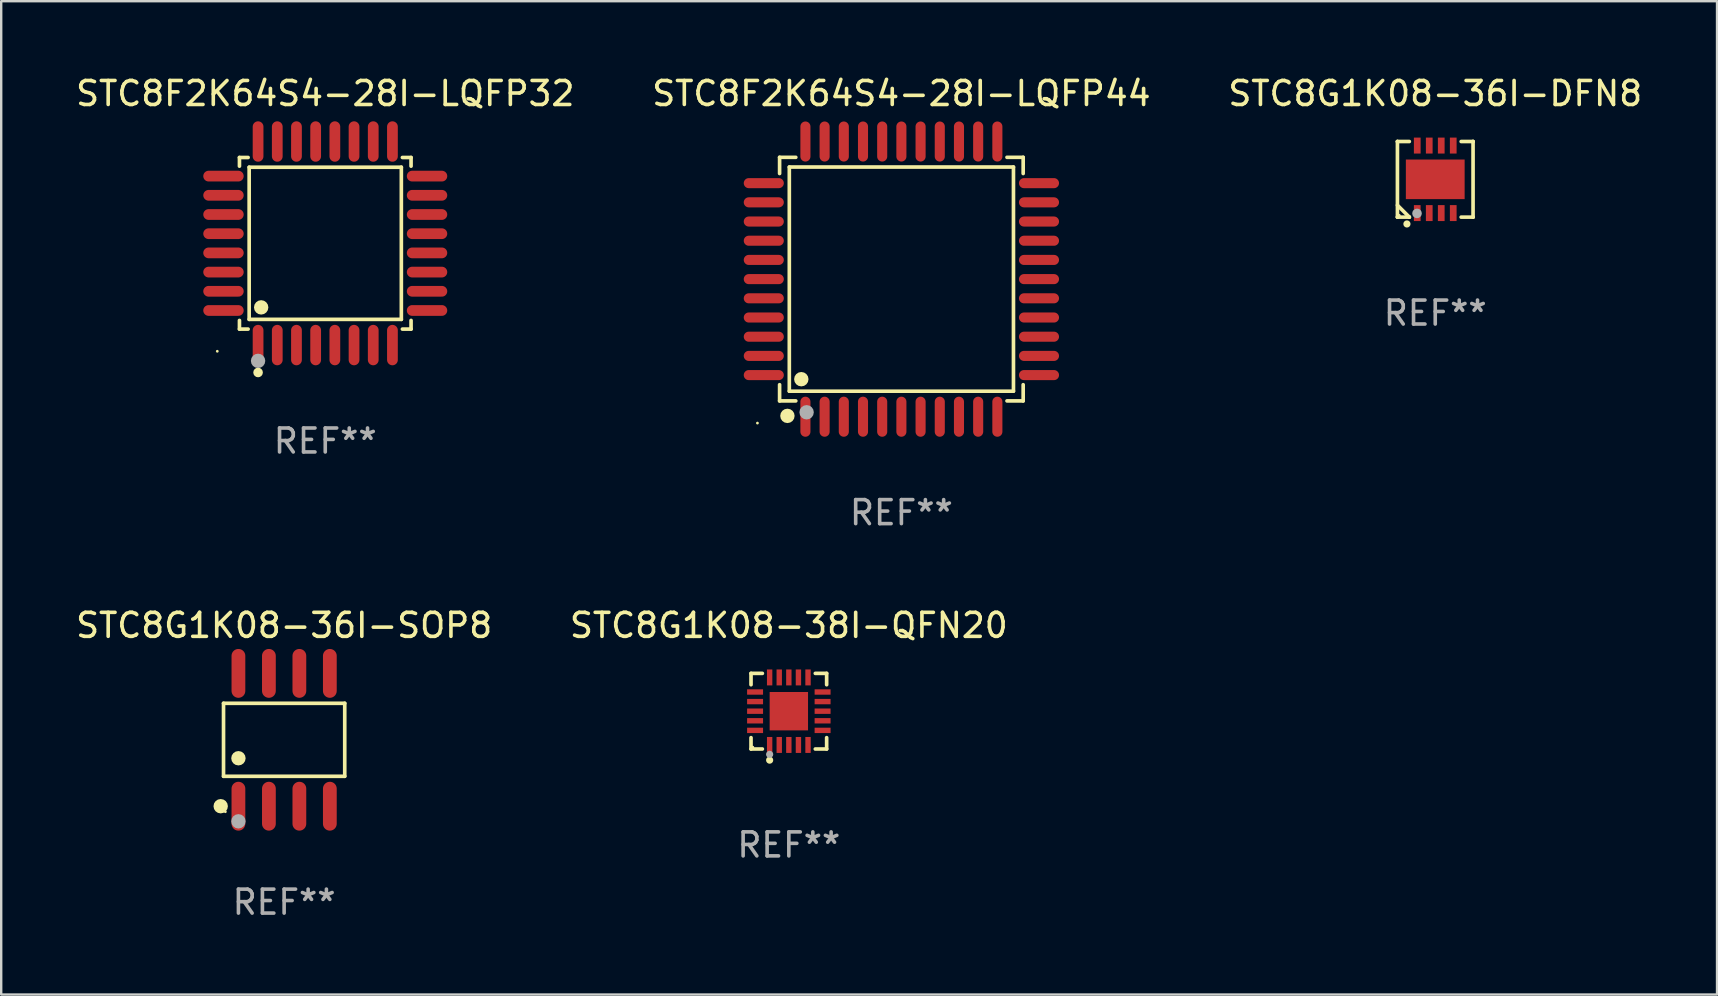
<source format=kicad_pcb>
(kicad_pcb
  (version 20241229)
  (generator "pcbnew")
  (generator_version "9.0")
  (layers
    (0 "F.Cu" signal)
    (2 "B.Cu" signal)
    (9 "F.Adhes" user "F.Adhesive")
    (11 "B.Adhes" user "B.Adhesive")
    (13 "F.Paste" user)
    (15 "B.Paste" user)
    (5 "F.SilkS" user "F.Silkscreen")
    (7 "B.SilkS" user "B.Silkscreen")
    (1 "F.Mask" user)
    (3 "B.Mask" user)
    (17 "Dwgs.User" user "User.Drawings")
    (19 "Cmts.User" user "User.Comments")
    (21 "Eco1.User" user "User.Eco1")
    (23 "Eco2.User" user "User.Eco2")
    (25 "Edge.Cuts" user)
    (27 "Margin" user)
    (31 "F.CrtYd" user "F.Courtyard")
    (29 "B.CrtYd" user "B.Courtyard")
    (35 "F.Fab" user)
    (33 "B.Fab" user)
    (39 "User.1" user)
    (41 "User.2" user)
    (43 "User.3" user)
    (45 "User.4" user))
  (footprint "STC8G1K08-38I-QFN20"
    (layer "F.Cu")
    (at 29.827 26.591)
    (property "Reference" "STC8G1K08-38I-QFN20" (at 0 -3.576 0) (layer "F.SilkS") (effects (font (size 1 1) (thickness 0.15))))
    (attr through_hole)
    (fp_line (start -1.576 -1.576) (end -1.103 -1.576) (stroke (width 0.152) (type solid)) (layer "F.SilkS"))
    (fp_line (start -1.576 -1.103) (end -1.576 -1.576) (stroke (width 0.152) (type solid)) (layer "F.SilkS"))
    (fp_line (start -1.576 1.103) (end -1.576 1.576) (stroke (width 0.152) (type solid)) (layer "F.SilkS"))
    (fp_line (start -1.576 1.576) (end -1.103 1.576) (stroke (width 0.152) (type solid)) (layer "F.SilkS"))
    (fp_line (start 1.576 -1.576) (end 1.103 -1.576) (stroke (width 0.152) (type solid)) (layer "F.SilkS"))
    (fp_line (start 1.576 -1.103) (end 1.576 -1.576) (stroke (width 0.152) (type solid)) (layer "F.SilkS"))
    (fp_line (start 1.576 1.103) (end 1.576 1.576) (stroke (width 0.152) (type solid)) (layer "F.SilkS"))
    (fp_line (start 1.576 1.576) (end 1.103 1.576) (stroke (width 0.152) (type solid)) (layer "F.SilkS"))
    (fp_circle (center -1.5 1.5) (end -1.47 1.5) (stroke (width 0.06) (type solid)) (fill no) (layer "F.SilkS"))
    (fp_circle (center -0.8 2.04) (end -0.725 2.04) (stroke (width 0.15) (type solid)) (fill no) (layer "F.SilkS"))
    (fp_circle (center -0.8 1.8) (end -0.725 1.8) (stroke (width 0.15) (type solid)) (fill no) (layer "F.Fab"))
    (fp_text user "REF**" (at 0 5.576 0) (layer "F.Fab") (effects (font (size 1 1) (thickness 0.15))))
    (pad "1" smd rect (at -0.8 1.407) (size 0.224 0.665) (layers "F.Cu" "F.Mask" "F.Paste"))
    (pad "2" smd rect (at -0.4 1.407) (size 0.224 0.665) (layers "F.Cu" "F.Mask" "F.Paste"))
    (pad "3" smd rect (at 0 1.407) (size 0.224 0.665) (layers "F.Cu" "F.Mask" "F.Paste"))
    (pad "4" smd rect (at 0.4 1.407) (size 0.224 0.665) (layers "F.Cu" "F.Mask" "F.Paste"))
    (pad "5" smd rect (at 0.8 1.407) (size 0.224 0.665) (layers "F.Cu" "F.Mask" "F.Paste"))
    (pad "6" smd rect (at 1.407 0.8) (size 0.665 0.224) (layers "F.Cu" "F.Mask" "F.Paste"))
    (pad "7" smd rect (at 1.407 0.4) (size 0.665 0.224) (layers "F.Cu" "F.Mask" "F.Paste"))
    (pad "8" smd rect (at 1.407 0) (size 0.665 0.224) (layers "F.Cu" "F.Mask" "F.Paste"))
    (pad "9" smd rect (at 1.407 -0.4) (size 0.665 0.224) (layers "F.Cu" "F.Mask" "F.Paste"))
    (pad "10" smd rect (at 1.407 -0.8) (size 0.665 0.224) (layers "F.Cu" "F.Mask" "F.Paste"))
    (pad "11" smd rect (at 0.8 -1.407) (size 0.224 0.665) (layers "F.Cu" "F.Mask" "F.Paste"))
    (pad "12" smd rect (at 0.4 -1.407) (size 0.224 0.665) (layers "F.Cu" "F.Mask" "F.Paste"))
    (pad "13" smd rect (at 0 -1.407) (size 0.224 0.665) (layers "F.Cu" "F.Mask" "F.Paste"))
    (pad "14" smd rect (at -0.4 -1.407) (size 0.224 0.665) (layers "F.Cu" "F.Mask" "F.Paste"))
    (pad "15" smd rect (at -0.8 -1.407) (size 0.224 0.665) (layers "F.Cu" "F.Mask" "F.Paste"))
    (pad "16" smd rect (at -1.407 -0.8) (size 0.665 0.224) (layers "F.Cu" "F.Mask" "F.Paste"))
    (pad "17" smd rect (at -1.407 -0.4) (size 0.665 0.224) (layers "F.Cu" "F.Mask" "F.Paste"))
    (pad "18" smd rect (at -1.407 0) (size 0.665 0.224) (layers "F.Cu" "F.Mask" "F.Paste"))
    (pad "19" smd rect (at -1.407 0.4) (size 0.665 0.224) (layers "F.Cu" "F.Mask" "F.Paste"))
    (pad "20" smd rect (at -1.407 0.8) (size 0.665 0.224) (layers "F.Cu" "F.Mask" "F.Paste"))
    (pad "21" smd rect (at 0 0) (size 1.6 1.6) (layers "F.Cu" "F.Mask" "F.Paste")))
  (footprint "STC8F2K64S4-28I-LQFP44"
    (layer "F.Cu")
    (at 34.518 8.583)
    (property "Reference" "STC8F2K64S4-28I-LQFP44" (at 0 -7.735 0) (layer "F.SilkS") (effects (font (size 1 1) (thickness 0.15))))
    (attr through_hole)
    (fp_line (start -5.076 -5.076) (end -4.401 -5.076) (stroke (width 0.152) (type solid)) (layer "F.SilkS"))
    (fp_line (start -5.076 -4.401) (end -5.076 -5.076) (stroke (width 0.152) (type solid)) (layer "F.SilkS"))
    (fp_line (start -5.076 4.401) (end -5.076 5.076) (stroke (width 0.152) (type solid)) (layer "F.SilkS"))
    (fp_line (start -5.076 5.076) (end -4.401 5.076) (stroke (width 0.152) (type solid)) (layer "F.SilkS"))
    (fp_line (start -4.671 -4.671) (end 4.671 -4.671) (stroke (width 0.152) (type solid)) (layer "F.SilkS"))
    (fp_line (start -4.671 4.671) (end -4.671 -4.671) (stroke (width 0.152) (type solid)) (layer "F.SilkS"))
    (fp_line (start 4.671 -4.671) (end 4.671 4.671) (stroke (width 0.152) (type solid)) (layer "F.SilkS"))
    (fp_line (start 4.671 4.671) (end -4.671 4.671) (stroke (width 0.152) (type solid)) (layer "F.SilkS"))
    (fp_line (start 5.076 -5.076) (end 4.401 -5.076) (stroke (width 0.152) (type solid)) (layer "F.SilkS"))
    (fp_line (start 5.076 -4.401) (end 5.076 -5.076) (stroke (width 0.152) (type solid)) (layer "F.SilkS"))
    (fp_line (start 5.076 4.401) (end 5.076 5.076) (stroke (width 0.152) (type solid)) (layer "F.SilkS"))
    (fp_line (start 5.076 5.076) (end 4.401 5.076) (stroke (width 0.152) (type solid)) (layer "F.SilkS"))
    (fp_circle (center -6 6) (end -5.97 6) (stroke (width 0.06) (type solid)) (fill no) (layer "F.SilkS"))
    (fp_circle (center -4.75 5.7) (end -4.6 5.7) (stroke (width 0.3) (type solid)) (fill no) (layer "F.SilkS"))
    (fp_circle (center -4.171 4.171) (end -4.021 4.171) (stroke (width 0.3) (type solid)) (fill no) (layer "F.SilkS"))
    (fp_circle (center -3.95 5.55) (end -3.8 5.55) (stroke (width 0.3) (type solid)) (fill no) (layer "F.Fab"))
    (fp_text user "REF**" (at 0 9.735 0) (layer "F.Fab") (effects (font (size 1 1) (thickness 0.15))))
    (pad "1" smd oval (at -4 5.735) (size 0.42 1.67) (layers "F.Cu" "F.Mask" "F.Paste"))
    (pad "2" smd oval (at -3.2 5.735) (size 0.42 1.67) (layers "F.Cu" "F.Mask" "F.Paste"))
    (pad "3" smd oval (at -2.4 5.735) (size 0.42 1.67) (layers "F.Cu" "F.Mask" "F.Paste"))
    (pad "4" smd oval (at -1.6 5.735) (size 0.42 1.67) (layers "F.Cu" "F.Mask" "F.Paste"))
    (pad "5" smd oval (at -0.8 5.735) (size 0.42 1.67) (layers "F.Cu" "F.Mask" "F.Paste"))
    (pad "6" smd oval (at 0 5.735) (size 0.42 1.67) (layers "F.Cu" "F.Mask" "F.Paste"))
    (pad "7" smd oval (at 0.8 5.735) (size 0.42 1.67) (layers "F.Cu" "F.Mask" "F.Paste"))
    (pad "8" smd oval (at 1.6 5.735) (size 0.42 1.67) (layers "F.Cu" "F.Mask" "F.Paste"))
    (pad "9" smd oval (at 2.4 5.735) (size 0.42 1.67) (layers "F.Cu" "F.Mask" "F.Paste"))
    (pad "10" smd oval (at 3.2 5.735) (size 0.42 1.67) (layers "F.Cu" "F.Mask" "F.Paste"))
    (pad "11" smd oval (at 4 5.735) (size 0.42 1.67) (layers "F.Cu" "F.Mask" "F.Paste"))
    (pad "12" smd oval (at 5.735 4) (size 1.67 0.42) (layers "F.Cu" "F.Mask" "F.Paste"))
    (pad "13" smd oval (at 5.735 3.2) (size 1.67 0.42) (layers "F.Cu" "F.Mask" "F.Paste"))
    (pad "14" smd oval (at 5.735 2.4) (size 1.67 0.42) (layers "F.Cu" "F.Mask" "F.Paste"))
    (pad "15" smd oval (at 5.735 1.6) (size 1.67 0.42) (layers "F.Cu" "F.Mask" "F.Paste"))
    (pad "16" smd oval (at 5.735 0.8) (size 1.67 0.42) (layers "F.Cu" "F.Mask" "F.Paste"))
    (pad "17" smd oval (at 5.735 0) (size 1.67 0.42) (layers "F.Cu" "F.Mask" "F.Paste"))
    (pad "18" smd oval (at 5.735 -0.8) (size 1.67 0.42) (layers "F.Cu" "F.Mask" "F.Paste"))
    (pad "19" smd oval (at 5.735 -1.6) (size 1.67 0.42) (layers "F.Cu" "F.Mask" "F.Paste"))
    (pad "20" smd oval (at 5.735 -2.4) (size 1.67 0.42) (layers "F.Cu" "F.Mask" "F.Paste"))
    (pad "21" smd oval (at 5.735 -3.2) (size 1.67 0.42) (layers "F.Cu" "F.Mask" "F.Paste"))
    (pad "22" smd oval (at 5.735 -4) (size 1.67 0.42) (layers "F.Cu" "F.Mask" "F.Paste"))
    (pad "23" smd oval (at 4 -5.735) (size 0.42 1.67) (layers "F.Cu" "F.Mask" "F.Paste"))
    (pad "24" smd oval (at 3.2 -5.735) (size 0.42 1.67) (layers "F.Cu" "F.Mask" "F.Paste"))
    (pad "25" smd oval (at 2.4 -5.735) (size 0.42 1.67) (layers "F.Cu" "F.Mask" "F.Paste"))
    (pad "26" smd oval (at 1.6 -5.735) (size 0.42 1.67) (layers "F.Cu" "F.Mask" "F.Paste"))
    (pad "27" smd oval (at 0.8 -5.735) (size 0.42 1.67) (layers "F.Cu" "F.Mask" "F.Paste"))
    (pad "28" smd oval (at 0 -5.735) (size 0.42 1.67) (layers "F.Cu" "F.Mask" "F.Paste"))
    (pad "29" smd oval (at -0.8 -5.735) (size 0.42 1.67) (layers "F.Cu" "F.Mask" "F.Paste"))
    (pad "30" smd oval (at -1.6 -5.735) (size 0.42 1.67) (layers "F.Cu" "F.Mask" "F.Paste"))
    (pad "31" smd oval (at -2.4 -5.735) (size 0.42 1.67) (layers "F.Cu" "F.Mask" "F.Paste"))
    (pad "32" smd oval (at -3.2 -5.735) (size 0.42 1.67) (layers "F.Cu" "F.Mask" "F.Paste"))
    (pad "33" smd oval (at -4 -5.735) (size 0.42 1.67) (layers "F.Cu" "F.Mask" "F.Paste"))
    (pad "34" smd oval (at -5.735 -4) (size 1.67 0.42) (layers "F.Cu" "F.Mask" "F.Paste"))
    (pad "35" smd oval (at -5.735 -3.2) (size 1.67 0.42) (layers "F.Cu" "F.Mask" "F.Paste"))
    (pad "36" smd oval (at -5.735 -2.4) (size 1.67 0.42) (layers "F.Cu" "F.Mask" "F.Paste"))
    (pad "37" smd oval (at -5.735 -1.6) (size 1.67 0.42) (layers "F.Cu" "F.Mask" "F.Paste"))
    (pad "38" smd oval (at -5.735 -0.8) (size 1.67 0.42) (layers "F.Cu" "F.Mask" "F.Paste"))
    (pad "39" smd oval (at -5.735 0) (size 1.67 0.42) (layers "F.Cu" "F.Mask" "F.Paste"))
    (pad "40" smd oval (at -5.735 0.8) (size 1.67 0.42) (layers "F.Cu" "F.Mask" "F.Paste"))
    (pad "41" smd oval (at -5.735 1.6) (size 1.67 0.42) (layers "F.Cu" "F.Mask" "F.Paste"))
    (pad "42" smd oval (at -5.735 2.4) (size 1.67 0.42) (layers "F.Cu" "F.Mask" "F.Paste"))
    (pad "43" smd oval (at -5.735 3.2) (size 1.67 0.42) (layers "F.Cu" "F.Mask" "F.Paste"))
    (pad "44" smd oval (at -5.735 4) (size 1.67 0.42) (layers "F.Cu" "F.Mask" "F.Paste")))
  (footprint "STC8F2K64S4-28I-LQFP32"
    (layer "F.Cu")
    (at 10.506 7.09)
    (property "Reference" "STC8F2K64S4-28I-LQFP32" (at 0 -6.242 0) (layer "F.SilkS") (effects (font (size 1 1) (thickness 0.15))))
    (attr through_hole)
    (fp_line (start -3.576 -3.576) (end -3.215 -3.576) (stroke (width 0.152) (type solid)) (layer "F.SilkS"))
    (fp_line (start -3.576 -3.215) (end -3.576 -3.576) (stroke (width 0.152) (type solid)) (layer "F.SilkS"))
    (fp_line (start -3.576 3.215) (end -3.576 3.576) (stroke (width 0.152) (type solid)) (layer "F.SilkS"))
    (fp_line (start -3.576 3.576) (end -3.215 3.576) (stroke (width 0.152) (type solid)) (layer "F.SilkS"))
    (fp_line (start -3.171 -3.171) (end 3.171 -3.171) (stroke (width 0.152) (type solid)) (layer "F.SilkS"))
    (fp_line (start -3.171 3.171) (end -3.171 -3.171) (stroke (width 0.152) (type solid)) (layer "F.SilkS"))
    (fp_line (start 3.171 -3.171) (end 3.171 3.171) (stroke (width 0.152) (type solid)) (layer "F.SilkS"))
    (fp_line (start 3.171 3.171) (end -3.171 3.171) (stroke (width 0.152) (type solid)) (layer "F.SilkS"))
    (fp_line (start 3.576 -3.576) (end 3.215 -3.576) (stroke (width 0.152) (type solid)) (layer "F.SilkS"))
    (fp_line (start 3.576 -3.215) (end 3.576 -3.576) (stroke (width 0.152) (type solid)) (layer "F.SilkS"))
    (fp_line (start 3.576 3.215) (end 3.576 3.576) (stroke (width 0.152) (type solid)) (layer "F.SilkS"))
    (fp_line (start 3.576 3.576) (end 3.215 3.576) (stroke (width 0.152) (type solid)) (layer "F.SilkS"))
    (fp_circle (center -4.5 4.5) (end -4.47 4.5) (stroke (width 0.06) (type solid)) (fill no) (layer "F.SilkS"))
    (fp_circle (center -2.8 5.384) (end -2.7 5.384) (stroke (width 0.2) (type solid)) (fill no) (layer "F.SilkS"))
    (fp_circle (center -2.671 2.671) (end -2.521 2.671) (stroke (width 0.3) (type solid)) (fill no) (layer "F.SilkS"))
    (fp_circle (center -2.8 4.9) (end -2.65 4.9) (stroke (width 0.3) (type solid)) (fill no) (layer "F.Fab"))
    (fp_text user "REF**" (at 0 8.242 0) (layer "F.Fab") (effects (font (size 1 1) (thickness 0.15))))
    (pad "1" smd oval (at -2.8 4.242) (size 0.448 1.684) (layers "F.Cu" "F.Mask" "F.Paste"))
    (pad "2" smd oval (at -2 4.242) (size 0.448 1.684) (layers "F.Cu" "F.Mask" "F.Paste"))
    (pad "3" smd oval (at -1.2 4.242) (size 0.448 1.684) (layers "F.Cu" "F.Mask" "F.Paste"))
    (pad "4" smd oval (at -0.4 4.242) (size 0.448 1.684) (layers "F.Cu" "F.Mask" "F.Paste"))
    (pad "5" smd oval (at 0.4 4.242) (size 0.448 1.684) (layers "F.Cu" "F.Mask" "F.Paste"))
    (pad "6" smd oval (at 1.2 4.242) (size 0.448 1.684) (layers "F.Cu" "F.Mask" "F.Paste"))
    (pad "7" smd oval (at 2 4.242) (size 0.448 1.684) (layers "F.Cu" "F.Mask" "F.Paste"))
    (pad "8" smd oval (at 2.8 4.242) (size 0.448 1.684) (layers "F.Cu" "F.Mask" "F.Paste"))
    (pad "9" smd oval (at 4.242 2.8) (size 1.684 0.448) (layers "F.Cu" "F.Mask" "F.Paste"))
    (pad "10" smd oval (at 4.242 2) (size 1.684 0.448) (layers "F.Cu" "F.Mask" "F.Paste"))
    (pad "11" smd oval (at 4.242 1.2) (size 1.684 0.448) (layers "F.Cu" "F.Mask" "F.Paste"))
    (pad "12" smd oval (at 4.242 0.4) (size 1.684 0.448) (layers "F.Cu" "F.Mask" "F.Paste"))
    (pad "13" smd oval (at 4.242 -0.4) (size 1.684 0.448) (layers "F.Cu" "F.Mask" "F.Paste"))
    (pad "14" smd oval (at 4.242 -1.2) (size 1.684 0.448) (layers "F.Cu" "F.Mask" "F.Paste"))
    (pad "15" smd oval (at 4.242 -2) (size 1.684 0.448) (layers "F.Cu" "F.Mask" "F.Paste"))
    (pad "16" smd oval (at 4.242 -2.8) (size 1.684 0.448) (layers "F.Cu" "F.Mask" "F.Paste"))
    (pad "17" smd oval (at 2.8 -4.242) (size 0.448 1.684) (layers "F.Cu" "F.Mask" "F.Paste"))
    (pad "18" smd oval (at 2 -4.242) (size 0.448 1.684) (layers "F.Cu" "F.Mask" "F.Paste"))
    (pad "19" smd oval (at 1.2 -4.242) (size 0.448 1.684) (layers "F.Cu" "F.Mask" "F.Paste"))
    (pad "20" smd oval (at 0.4 -4.242) (size 0.448 1.684) (layers "F.Cu" "F.Mask" "F.Paste"))
    (pad "21" smd oval (at -0.4 -4.242) (size 0.448 1.684) (layers "F.Cu" "F.Mask" "F.Paste"))
    (pad "22" smd oval (at -1.2 -4.242) (size 0.448 1.684) (layers "F.Cu" "F.Mask" "F.Paste"))
    (pad "23" smd oval (at -2 -4.242) (size 0.448 1.684) (layers "F.Cu" "F.Mask" "F.Paste"))
    (pad "24" smd oval (at -2.8 -4.242) (size 0.448 1.684) (layers "F.Cu" "F.Mask" "F.Paste"))
    (pad "25" smd oval (at -4.242 -2.8) (size 1.684 0.448) (layers "F.Cu" "F.Mask" "F.Paste"))
    (pad "26" smd oval (at -4.242 -2) (size 1.684 0.448) (layers "F.Cu" "F.Mask" "F.Paste"))
    (pad "27" smd oval (at -4.242 -1.2) (size 1.684 0.448) (layers "F.Cu" "F.Mask" "F.Paste"))
    (pad "28" smd oval (at -4.242 -0.4) (size 1.684 0.448) (layers "F.Cu" "F.Mask" "F.Paste"))
    (pad "29" smd oval (at -4.242 0.4) (size 1.684 0.448) (layers "F.Cu" "F.Mask" "F.Paste"))
    (pad "30" smd oval (at -4.242 1.2) (size 1.684 0.448) (layers "F.Cu" "F.Mask" "F.Paste"))
    (pad "31" smd oval (at -4.242 2) (size 1.684 0.448) (layers "F.Cu" "F.Mask" "F.Paste"))
    (pad "32" smd oval (at -4.242 2.8) (size 1.684 0.448) (layers "F.Cu" "F.Mask" "F.Paste")))
  (footprint "STC8G1K08-36I-SOP8"
    (layer "F.Cu")
    (at 8.792 27.783)
    (property "Reference" "STC8G1K08-36I-SOP8" (at 0 -4.768 0) (layer "F.SilkS") (effects (font (size 1 1) (thickness 0.15))))
    (attr through_hole)
    (fp_line (start -2.526 -1.521) (end 2.526 -1.521) (stroke (width 0.152) (type solid)) (layer "F.SilkS"))
    (fp_line (start -2.526 1.521) (end -2.526 -1.521) (stroke (width 0.152) (type solid)) (layer "F.SilkS"))
    (fp_line (start 2.526 -1.521) (end 2.526 1.521) (stroke (width 0.152) (type solid)) (layer "F.SilkS"))
    (fp_line (start 2.526 1.521) (end -2.526 1.521) (stroke (width 0.152) (type solid)) (layer "F.SilkS"))
    (fp_circle (center -2.644 2.768) (end -2.494 2.768) (stroke (width 0.3) (type solid)) (fill no) (layer "F.SilkS"))
    (fp_circle (center -2.45 2.998) (end -2.42 2.998) (stroke (width 0.06) (type solid)) (fill no) (layer "F.SilkS"))
    (fp_circle (center -1.905 0.769) (end -1.755 0.769) (stroke (width 0.3) (type solid)) (fill no) (layer "F.SilkS"))
    (fp_circle (center -1.905 3.398) (end -1.755 3.398) (stroke (width 0.3) (type solid)) (fill no) (layer "F.Fab"))
    (fp_text user "REF**" (at 0 6.768 0) (layer "F.Fab") (effects (font (size 1 1) (thickness 0.15))))
    (pad "1" smd oval (at -1.905 2.768) (size 0.574 2.036) (layers "F.Cu" "F.Mask" "F.Paste"))
    (pad "2" smd oval (at -0.635 2.768) (size 0.574 2.036) (layers "F.Cu" "F.Mask" "F.Paste"))
    (pad "3" smd oval (at 0.635 2.768) (size 0.574 2.036) (layers "F.Cu" "F.Mask" "F.Paste"))
    (pad "4" smd oval (at 1.905 2.768) (size 0.574 2.036) (layers "F.Cu" "F.Mask" "F.Paste"))
    (pad "5" smd oval (at 1.905 -2.768) (size 0.574 2.036) (layers "F.Cu" "F.Mask" "F.Paste"))
    (pad "6" smd oval (at 0.635 -2.768) (size 0.574 2.036) (layers "F.Cu" "F.Mask" "F.Paste"))
    (pad "7" smd oval (at -0.635 -2.768) (size 0.574 2.036) (layers "F.Cu" "F.Mask" "F.Paste"))
    (pad "8" smd oval (at -1.905 -2.768) (size 0.574 2.036) (layers "F.Cu" "F.Mask" "F.Paste")))
  (footprint "STC8G1K08-36I-DFN8"
    (layer "F.Cu")
    (at 56.768 4.424)
    (property "Reference" "STC8G1K08-36I-DFN8" (at 0 -3.576 0) (layer "F.SilkS") (effects (font (size 1 1) (thickness 0.15))))
    (attr through_hole)
    (fp_line (start -1.576 -1.576) (end -1.576 -1.576) (stroke (width 0.152) (type solid)) (layer "F.SilkS"))
    (fp_line (start -1.576 -1.576) (end -1.08 -1.576) (stroke (width 0.152) (type solid)) (layer "F.SilkS"))
    (fp_line (start -1.576 1.576) (end -1.576 -1.576) (stroke (width 0.152) (type solid)) (layer "F.SilkS"))
    (fp_line (start -1.576 1.576) (end -1.576 1.576) (stroke (width 0.152) (type solid)) (layer "F.SilkS"))
    (fp_line (start -1.08 1.575) (end -1.576 1.079) (stroke (width 0.152) (type solid)) (layer "F.SilkS"))
    (fp_line (start -1.08 1.576) (end -1.576 1.576) (stroke (width 0.152) (type solid)) (layer "F.SilkS"))
    (fp_line (start -1.08 1.576) (end -1.08 1.575) (stroke (width 0.152) (type solid)) (layer "F.SilkS"))
    (fp_line (start 1.08 1.576) (end 1.576 1.576) (stroke (width 0.152) (type solid)) (layer "F.SilkS"))
    (fp_line (start 1.576 -1.576) (end 1.08 -1.576) (stroke (width 0.152) (type solid)) (layer "F.SilkS"))
    (fp_line (start 1.576 -1.576) (end 1.576 -1.576) (stroke (width 0.152) (type solid)) (layer "F.SilkS"))
    (fp_line (start 1.576 1.576) (end 1.576 -1.576) (stroke (width 0.152) (type solid)) (layer "F.SilkS"))
    (fp_line (start 1.576 1.576) (end 1.576 1.576) (stroke (width 0.152) (type solid)) (layer "F.SilkS"))
    (fp_circle (center -1.5 1.5) (end -1.47 1.5) (stroke (width 0.06) (type solid)) (fill no) (layer "F.SilkS"))
    (fp_circle (center -1.18 1.86) (end -1.105 1.86) (stroke (width 0.15) (type solid)) (fill no) (layer "F.SilkS"))
    (fp_circle (center -0.76 1.42) (end -0.66 1.42) (stroke (width 0.2) (type solid)) (fill no) (layer "F.Fab"))
    (fp_text user "REF**" (at 0 5.576 0) (layer "F.Fab") (effects (font (size 1 1) (thickness 0.15))))
    (pad "1" smd rect (at -0.75 1.407) (size 0.28 0.665) (layers "F.Cu" "F.Mask" "F.Paste"))
    (pad "2" smd rect (at -0.25 1.407) (size 0.28 0.665) (layers "F.Cu" "F.Mask" "F.Paste"))
    (pad "3" smd rect (at 0.25 1.407) (size 0.28 0.665) (layers "F.Cu" "F.Mask" "F.Paste"))
    (pad "4" smd rect (at 0.75 1.407) (size 0.28 0.665) (layers "F.Cu" "F.Mask" "F.Paste"))
    (pad "5" smd rect (at 0.75 -1.407) (size 0.28 0.665) (layers "F.Cu" "F.Mask" "F.Paste"))
    (pad "6" smd rect (at 0.25 -1.407) (size 0.28 0.665) (layers "F.Cu" "F.Mask" "F.Paste"))
    (pad "7" smd rect (at -0.25 -1.407) (size 0.28 0.665) (layers "F.Cu" "F.Mask" "F.Paste"))
    (pad "8" smd rect (at -0.75 -1.407) (size 0.28 0.665) (layers "F.Cu" "F.Mask" "F.Paste"))
    (pad "9" smd rect (at 0 0) (size 2.45 1.65) (layers "F.Cu" "F.Mask" "F.Paste")))
  (gr_rect
    (start -3 -3)
    (end 68.512 38.399)
    (stroke (width 0.1) (type default))
    (fill no)
    (layer "Edge.Cuts")))
</source>
